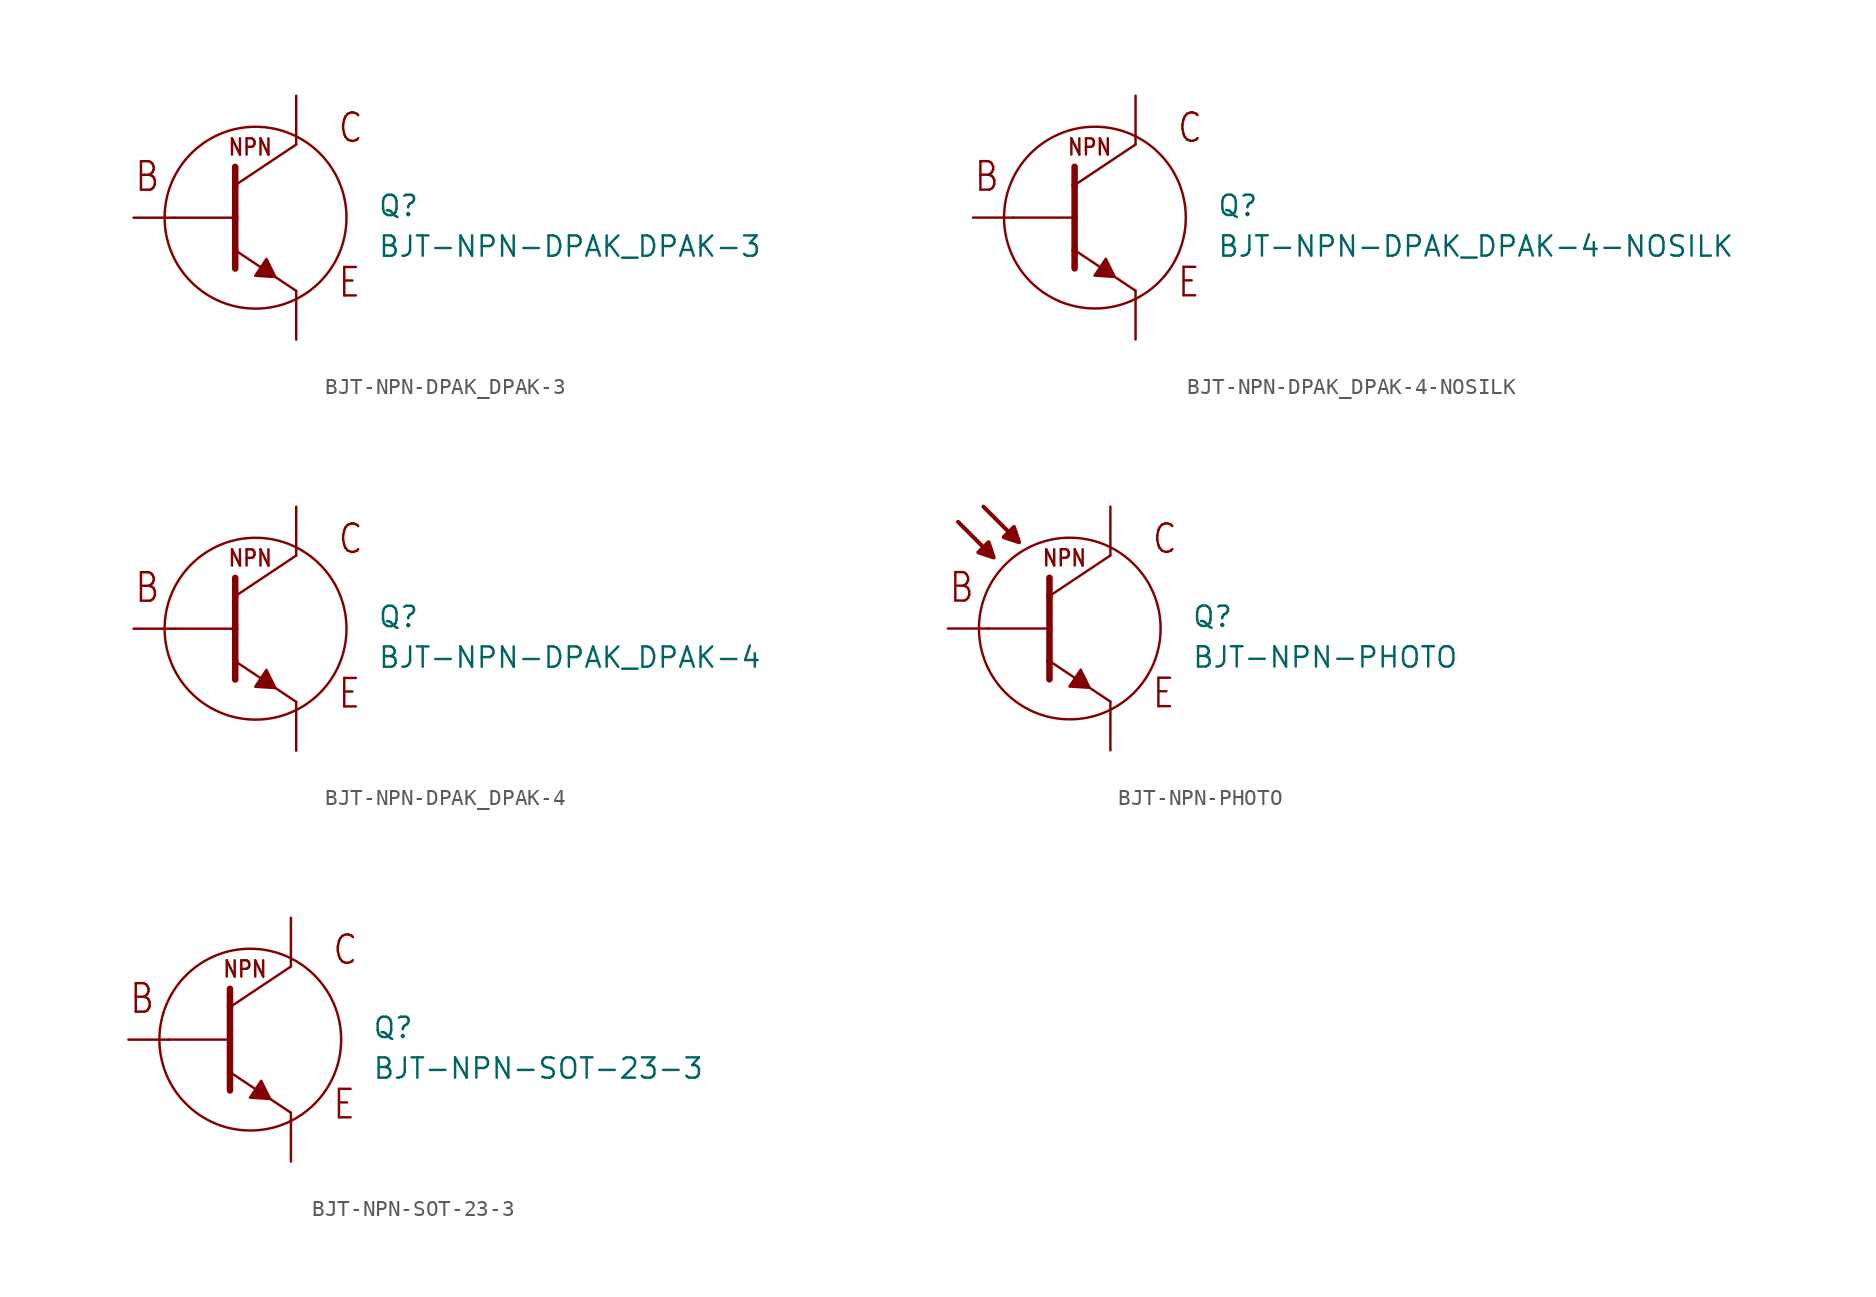
<source format=kicad_sym>
(kicad_symbol_lib
  (version 20211014)
  (generator kicad_symbol_editor)
  (symbol "BJT-NPN-DPAK_DPAK-3"
    (pin_numbers hide)
    (pin_names hide)
    (property "Reference" "Q"
      (at 7.62 0 0)
      (effects (font (size 1.27 1.27)) (justify left bottom)))
    (property "Value" "BJT-NPN-DPAK_DPAK-3"
      (at 7.62 -2.54 0)
      (effects (font (size 1.27 1.27)) (justify left bottom)))
    (property "Datasheet" ""
      (at 0 0 0))
    (property "ki_description" "BJT NPN  - DPAK "
      (at 0 0 0))
    (property "ki_fp_filters" "FlashPCB_Transistors:DPAK_TO-252-3"
      (at 0 0 0))
    (symbol "BJT-NPN-DPAK_DPAK-3_1_1"
      (text "NPN" (at -1.778 3.81 0) (effects (font (size 1.016 0.869)) (justify left bottom)))
      (text "C" (at 5.08 4.572 0) (effects (font (size 1.778 1.52)) (justify left bottom)))
      (text "E" (at 5.08 -5.08 0) (effects (font (size 1.778 1.52)) (justify left bottom)))
      (text "B" (at -7.62 1.524 0) (effects (font (size 1.778 1.52)) (justify left bottom)))
      (polyline (pts (xy 0.682 -2.57) (xy -0.022 -3.627) (xy 1.245 -3.709) (xy 0.682 -2.57)) (stroke (width 0.152) (type default)) (fill (type outline)))
      (polyline (pts (xy -1.27 3.175) (xy -1.27 2.032)) (stroke (width 0.406)) (fill (type none)))
      (polyline (pts (xy -1.27 2.032) (xy -1.27 0)) (stroke (width 0.406)) (fill (type none)))
      (polyline (pts (xy -1.27 0) (xy -1.27 -2.032)) (stroke (width 0.406)) (fill (type none)))
      (polyline (pts (xy -1.27 -2.032) (xy -1.27 -3.175)) (stroke (width 0.406)) (fill (type none)))
      (polyline (pts (xy 2.54 4.572) (xy -1.27 2.032)) (stroke (width 0.152)) (fill (type none)))
      (polyline (pts (xy -1.27 -2.032) (xy 2.54 -4.572)) (stroke (width 0.152)) (fill (type none)))
      (polyline (pts (xy 2.54 -4.572) (xy 2.54 -5.08)) (stroke (width 0.152)) (fill (type none)))
      (polyline (pts (xy 2.54 5.08) (xy 2.54 4.572)) (stroke (width 0.152)) (fill (type none)))
      (polyline (pts (xy -5.08 0) (xy -1.27 0)) (stroke (width 0.152)) (fill (type none)))
      (circle (center 0 0) (radius 5.68) (stroke (width 0.152) (type default)) (fill (type none)))
      (pin bidirectional line (at -7.62 0 0) (length 2.54) (name "B" (effects (font (size 0 0)))) (number "1" (effects (font (size 0 0)))))
      (pin bidirectional line (at 2.54 7.62 270) (length 2.54) (name "C" (effects (font (size 0 0)))) (number "4" (effects (font (size 0 0)))))
      (pin bidirectional line (at 2.54 -7.62 90) (length 2.54) (name "E" (effects (font (size 0 0)))) (number "3" (effects (font (size 0 0)))))))
  (symbol "BJT-NPN-DPAK_DPAK-4-NOSILK"
    (pin_numbers hide)
    (pin_names hide)
    (property "Reference" "Q"
      (at 7.62 0 0)
      (effects (font (size 1.27 1.27)) (justify left bottom)))
    (property "Value" "BJT-NPN-DPAK_DPAK-4-NOSILK"
      (at 7.62 -2.54 0)
      (effects (font (size 1.27 1.27)) (justify left bottom)))
    (property "Datasheet" ""
      (at 0 0 0))
    (property "ki_description" "BJT NPN  - DPAK "
      (at 0 0 0))
    (property "ki_fp_filters" "FlashPCB_Transistors:DPAK_TO-252-4_NOSILK"
      (at 0 0 0))
    (symbol "BJT-NPN-DPAK_DPAK-4-NOSILK_1_1"
      (text "NPN" (at -1.778 3.81 0) (effects (font (size 1.016 0.869)) (justify left bottom)))
      (text "C" (at 5.08 4.572 0) (effects (font (size 1.778 1.52)) (justify left bottom)))
      (text "E" (at 5.08 -5.08 0) (effects (font (size 1.778 1.52)) (justify left bottom)))
      (text "B" (at -7.62 1.524 0) (effects (font (size 1.778 1.52)) (justify left bottom)))
      (polyline (pts (xy 0.682 -2.57) (xy -0.022 -3.627) (xy 1.245 -3.709) (xy 0.682 -2.57)) (stroke (width 0.152) (type default)) (fill (type outline)))
      (polyline (pts (xy -1.27 3.175) (xy -1.27 2.032)) (stroke (width 0.406)) (fill (type none)))
      (polyline (pts (xy -1.27 2.032) (xy -1.27 0)) (stroke (width 0.406)) (fill (type none)))
      (polyline (pts (xy -1.27 0) (xy -1.27 -2.032)) (stroke (width 0.406)) (fill (type none)))
      (polyline (pts (xy -1.27 -2.032) (xy -1.27 -3.175)) (stroke (width 0.406)) (fill (type none)))
      (polyline (pts (xy 2.54 4.572) (xy -1.27 2.032)) (stroke (width 0.152)) (fill (type none)))
      (polyline (pts (xy -1.27 -2.032) (xy 2.54 -4.572)) (stroke (width 0.152)) (fill (type none)))
      (polyline (pts (xy 2.54 -4.572) (xy 2.54 -5.08)) (stroke (width 0.152)) (fill (type none)))
      (polyline (pts (xy 2.54 5.08) (xy 2.54 4.572)) (stroke (width 0.152)) (fill (type none)))
      (polyline (pts (xy -5.08 0) (xy -1.27 0)) (stroke (width 0.152)) (fill (type none)))
      (circle (center 0 0) (radius 5.68) (stroke (width 0.152) (type default)) (fill (type none)))
      (pin bidirectional line (at -7.62 0 0) (length 2.54) (name "B" (effects (font (size 0 0)))) (number "1" (effects (font (size 0 0)))))
      (pin bidirectional line (at 2.54 7.62 270) (length 2.54) (name "C" (effects (font (size 0 0)))) (number "2" (effects (font (size 0 0)))))
      (pin bidirectional line (at 2.54 7.62 270) (length 2.54) hide (name "C" (effects (font (size 0 0)))) (number "4" (effects (font (size 0 0)))))
      (pin bidirectional line (at 2.54 -7.62 90) (length 2.54) (name "E" (effects (font (size 0 0)))) (number "3" (effects (font (size 0 0)))))))
  (symbol "BJT-NPN-DPAK_DPAK-4"
    (pin_numbers hide)
    (pin_names hide)
    (property "Reference" "Q"
      (at 7.62 0 0)
      (effects (font (size 1.27 1.27)) (justify left bottom)))
    (property "Value" "BJT-NPN-DPAK_DPAK-4"
      (at 7.62 -2.54 0)
      (effects (font (size 1.27 1.27)) (justify left bottom)))
    (property "Datasheet" ""
      (at 0 0 0))
    (property "ki_description" "BJT NPN  - DPAK "
      (at 0 0 0))
    (property "ki_fp_filters" "FlashPCB_Transistors:DPAK_TO-252-4"
      (at 0 0 0))
    (symbol "BJT-NPN-DPAK_DPAK-4_1_1"
      (text "NPN" (at -1.778 3.81 0) (effects (font (size 1.016 0.869)) (justify left bottom)))
      (text "C" (at 5.08 4.572 0) (effects (font (size 1.778 1.52)) (justify left bottom)))
      (text "E" (at 5.08 -5.08 0) (effects (font (size 1.778 1.52)) (justify left bottom)))
      (text "B" (at -7.62 1.524 0) (effects (font (size 1.778 1.52)) (justify left bottom)))
      (polyline (pts (xy 0.682 -2.57) (xy -0.022 -3.627) (xy 1.245 -3.709) (xy 0.682 -2.57)) (stroke (width 0.152) (type default)) (fill (type outline)))
      (polyline (pts (xy -1.27 3.175) (xy -1.27 2.032)) (stroke (width 0.406)) (fill (type none)))
      (polyline (pts (xy -1.27 2.032) (xy -1.27 0)) (stroke (width 0.406)) (fill (type none)))
      (polyline (pts (xy -1.27 0) (xy -1.27 -2.032)) (stroke (width 0.406)) (fill (type none)))
      (polyline (pts (xy -1.27 -2.032) (xy -1.27 -3.175)) (stroke (width 0.406)) (fill (type none)))
      (polyline (pts (xy 2.54 4.572) (xy -1.27 2.032)) (stroke (width 0.152)) (fill (type none)))
      (polyline (pts (xy -1.27 -2.032) (xy 2.54 -4.572)) (stroke (width 0.152)) (fill (type none)))
      (polyline (pts (xy 2.54 -4.572) (xy 2.54 -5.08)) (stroke (width 0.152)) (fill (type none)))
      (polyline (pts (xy 2.54 5.08) (xy 2.54 4.572)) (stroke (width 0.152)) (fill (type none)))
      (polyline (pts (xy -5.08 0) (xy -1.27 0)) (stroke (width 0.152)) (fill (type none)))
      (circle (center 0 0) (radius 5.68) (stroke (width 0.152) (type default)) (fill (type none)))
      (pin bidirectional line (at -7.62 0 0) (length 2.54) (name "B" (effects (font (size 0 0)))) (number "1" (effects (font (size 0 0)))))
      (pin bidirectional line (at 2.54 7.62 270) (length 2.54) (name "C" (effects (font (size 0 0)))) (number "2" (effects (font (size 0 0)))))
      (pin bidirectional line (at 2.54 7.62 270) (length 2.54) hide (name "C" (effects (font (size 0 0)))) (number "4" (effects (font (size 0 0)))))
      (pin bidirectional line (at 2.54 -7.62 90) (length 2.54) (name "E" (effects (font (size 0 0)))) (number "3" (effects (font (size 0 0)))))))
  (symbol "BJT-NPN-PHOTO"
    (pin_numbers hide)
    (pin_names hide)
    (property "Reference" "Q"
      (at 7.62 0 0)
      (effects (font (size 1.27 1.27)) (justify left bottom)))
    (property "Value" "BJT-NPN-PHOTO"
      (at 7.62 -2.54 0)
      (effects (font (size 1.27 1.27)) (justify left bottom)))
    (property "Datasheet" ""
      (at 0 0 0))
    (property "ki_description" "BJT-NPN-PHOTO  - NPN PHOTOTRANSITOR   Technical Specifications:    NPN Phototransistor        Component Search:  TEMT6000X01   Datasheet:  Ambient Light Sensor "
      (at 0 0 0))
    (property "ki_fp_filters" "FlashPCB_Transistors:TRANSITOR-1206"
      (at 0 0 0))
    (symbol "BJT-NPN-PHOTO_1_1"
      (text "NPN" (at -1.778 3.81 0) (effects (font (size 1.016 0.869)) (justify left bottom)))
      (text "C" (at 5.08 4.572 0) (effects (font (size 1.778 1.52)) (justify left bottom)))
      (text "E" (at 5.08 -5.08 0) (effects (font (size 1.778 1.52)) (justify left bottom)))
      (text "B" (at -7.62 1.524 0) (effects (font (size 1.778 1.52)) (justify left bottom)))
      (polyline (pts (xy 0.682 -2.57) (xy -0.022 -3.627) (xy 1.245 -3.709) (xy 0.682 -2.57)) (stroke (width 0.152) (type default)) (fill (type outline)))
      (polyline (pts (xy -5.715 4.763) (xy -4.763 4.445) (xy -5.08 5.397) (xy -5.715 4.763)) (stroke (width 0.254) (type default)) (fill (type outline)))
      (polyline (pts (xy -4.128 5.715) (xy -3.493 6.35) (xy -3.175 5.397) (xy -4.128 5.715)) (stroke (width 0.254) (type default)) (fill (type outline)))
      (polyline (pts (xy -1.27 3.175) (xy -1.27 2.032)) (stroke (width 0.406)) (fill (type none)))
      (polyline (pts (xy -1.27 2.032) (xy -1.27 0)) (stroke (width 0.406)) (fill (type none)))
      (polyline (pts (xy -1.27 0) (xy -1.27 -2.032)) (stroke (width 0.406)) (fill (type none)))
      (polyline (pts (xy -1.27 -2.032) (xy -1.27 -3.175)) (stroke (width 0.406)) (fill (type none)))
      (polyline (pts (xy 2.54 4.572) (xy -1.27 2.032)) (stroke (width 0.152)) (fill (type none)))
      (polyline (pts (xy -1.27 -2.032) (xy 2.54 -4.572)) (stroke (width 0.152)) (fill (type none)))
      (polyline (pts (xy 2.54 -4.572) (xy 2.54 -5.08)) (stroke (width 0.152)) (fill (type none)))
      (polyline (pts (xy 2.54 5.08) (xy 2.54 4.572)) (stroke (width 0.152)) (fill (type none)))
      (polyline (pts (xy -5.08 0) (xy -1.27 0)) (stroke (width 0.152)) (fill (type none)))
      (polyline (pts (xy -6.985 6.668) (xy -5.397 5.08)) (stroke (width 0.254)) (fill (type none)))
      (polyline (pts (xy -5.397 7.62) (xy -3.81 6.032)) (stroke (width 0.254)) (fill (type none)))
      (circle (center 0 0) (radius 5.68) (stroke (width 0.152) (type default)) (fill (type none)))
      (pin bidirectional line (at -7.62 0 0) (length 2.54) (name "B" (effects (font (size 0 0)))) (number "2" (effects (font (size 0 0)))))
      (pin bidirectional line (at 2.54 7.62 270) (length 2.54) (name "C" (effects (font (size 0 0)))) (number "3" (effects (font (size 0 0)))))
      (pin bidirectional line (at 2.54 -7.62 90) (length 2.54) (name "E" (effects (font (size 0 0)))) (number "1" (effects (font (size 0 0)))))))
  (symbol "BJT-NPN-SOT-23-3"
    (pin_numbers hide)
    (pin_names hide)
    (property "Reference" "Q"
      (at 7.62 0 0)
      (effects (font (size 1.27 1.27)) (justify left bottom)))
    (property "Value" "BJT-NPN-SOT-23-3"
      (at 7.62 -2.54 0)
      (effects (font (size 1.27 1.27)) (justify left bottom)))
    (property "Datasheet" ""
      (at 0 0 0))
    (property "ki_description" "BJT NPN  - SOT-23-3 "
      (at 0 0 0))
    (property "ki_fp_filters" "FlashPCB_Transistors:SOT-23-3 FlashPCB_Transistors:SOT-23-3_NOSILK"
      (at 0 0 0))
    (symbol "BJT-NPN-SOT-23-3_1_1"
      (text "NPN" (at -1.778 3.81 0) (effects (font (size 1.016 0.869)) (justify left bottom)))
      (text "C" (at 5.08 4.572 0) (effects (font (size 1.778 1.52)) (justify left bottom)))
      (text "E" (at 5.08 -5.08 0) (effects (font (size 1.778 1.52)) (justify left bottom)))
      (text "B" (at -7.62 1.524 0) (effects (font (size 1.778 1.52)) (justify left bottom)))
      (polyline (pts (xy 0.682 -2.57) (xy -0.022 -3.627) (xy 1.245 -3.709) (xy 0.682 -2.57)) (stroke (width 0.152) (type default)) (fill (type outline)))
      (polyline (pts (xy -1.27 3.175) (xy -1.27 2.032)) (stroke (width 0.406)) (fill (type none)))
      (polyline (pts (xy -1.27 2.032) (xy -1.27 0)) (stroke (width 0.406)) (fill (type none)))
      (polyline (pts (xy -1.27 0) (xy -1.27 -2.032)) (stroke (width 0.406)) (fill (type none)))
      (polyline (pts (xy -1.27 -2.032) (xy -1.27 -3.175)) (stroke (width 0.406)) (fill (type none)))
      (polyline (pts (xy 2.54 4.572) (xy -1.27 2.032)) (stroke (width 0.152)) (fill (type none)))
      (polyline (pts (xy -1.27 -2.032) (xy 2.54 -4.572)) (stroke (width 0.152)) (fill (type none)))
      (polyline (pts (xy 2.54 -4.572) (xy 2.54 -5.08)) (stroke (width 0.152)) (fill (type none)))
      (polyline (pts (xy 2.54 5.08) (xy 2.54 4.572)) (stroke (width 0.152)) (fill (type none)))
      (polyline (pts (xy -5.08 0) (xy -1.27 0)) (stroke (width 0.152)) (fill (type none)))
      (circle (center 0 0) (radius 5.68) (stroke (width 0.152) (type default)) (fill (type none)))
      (pin bidirectional line (at -7.62 0 0) (length 2.54) (name "B" (effects (font (size 0 0)))) (number "1" (effects (font (size 0 0)))))
      (pin bidirectional line (at 2.54 7.62 270) (length 2.54) (name "C" (effects (font (size 0 0)))) (number "3" (effects (font (size 0 0)))))
      (pin bidirectional line (at 2.54 -7.62 90) (length 2.54) (name "E" (effects (font (size 0 0)))) (number "2" (effects (font (size 0 0))))))))
</source>
